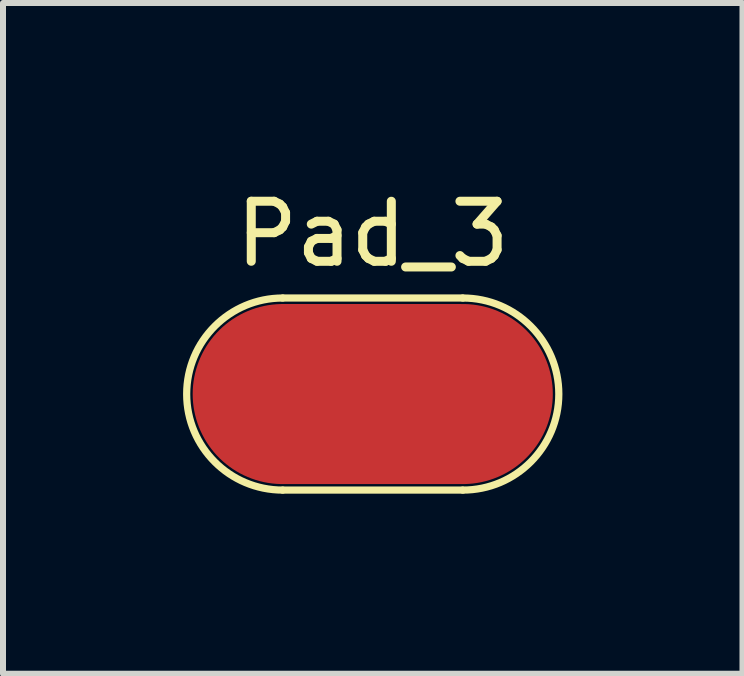
<source format=kicad_pcb>
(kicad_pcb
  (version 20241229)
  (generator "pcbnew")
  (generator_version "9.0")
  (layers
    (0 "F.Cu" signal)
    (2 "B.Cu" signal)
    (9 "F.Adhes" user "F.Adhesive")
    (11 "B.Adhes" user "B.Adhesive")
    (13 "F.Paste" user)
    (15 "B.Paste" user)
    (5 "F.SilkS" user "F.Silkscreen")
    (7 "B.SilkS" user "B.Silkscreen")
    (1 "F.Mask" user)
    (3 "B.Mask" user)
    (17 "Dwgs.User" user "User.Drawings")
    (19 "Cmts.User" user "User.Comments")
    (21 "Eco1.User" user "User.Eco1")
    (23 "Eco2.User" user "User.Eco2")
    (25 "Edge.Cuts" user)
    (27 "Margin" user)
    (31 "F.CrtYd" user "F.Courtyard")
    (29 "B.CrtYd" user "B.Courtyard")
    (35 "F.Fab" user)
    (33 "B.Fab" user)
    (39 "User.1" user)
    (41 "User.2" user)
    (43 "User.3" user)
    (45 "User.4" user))
  (footprint "Pad_3"
    (layer "F.Cu")
    (at 3.16 3.515)
    (property "Reference" "Pad_3" (at 0 -2.667 0) (unlocked yes) (layer "F.SilkS") (effects (font (size 1 1) (thickness 0.15))))
    (attr smd)
    (fp_line (start -1.5 -1.6) (end 1.5 -1.6) (stroke (width 0.12) (type solid)) (layer "F.SilkS"))
    (fp_line (start 1.5 1.6) (end -1.5 1.6) (stroke (width 0.12) (type solid)) (layer "F.SilkS"))
    (fp_arc (start -1.5 1.6) (mid -3.1 0) (end -1.5 -1.6) (stroke (width 0.12) (type solid)) (layer "F.SilkS"))
    (fp_arc (start 1.5 -1.6) (mid 3.1 0) (end 1.5 1.6) (stroke (width 0.12) (type solid)) (layer "F.SilkS"))
    (pad "1" smd oval (at 0 0) (size 6 3) (layers "F.Cu" "F.Mask" "F.Paste")))
  (gr_rect
    (start -3 -3)
    (end 9.32 8.175)
    (stroke (width 0.1) (type default))
    (fill no)
    (layer "Edge.Cuts")))
</source>
